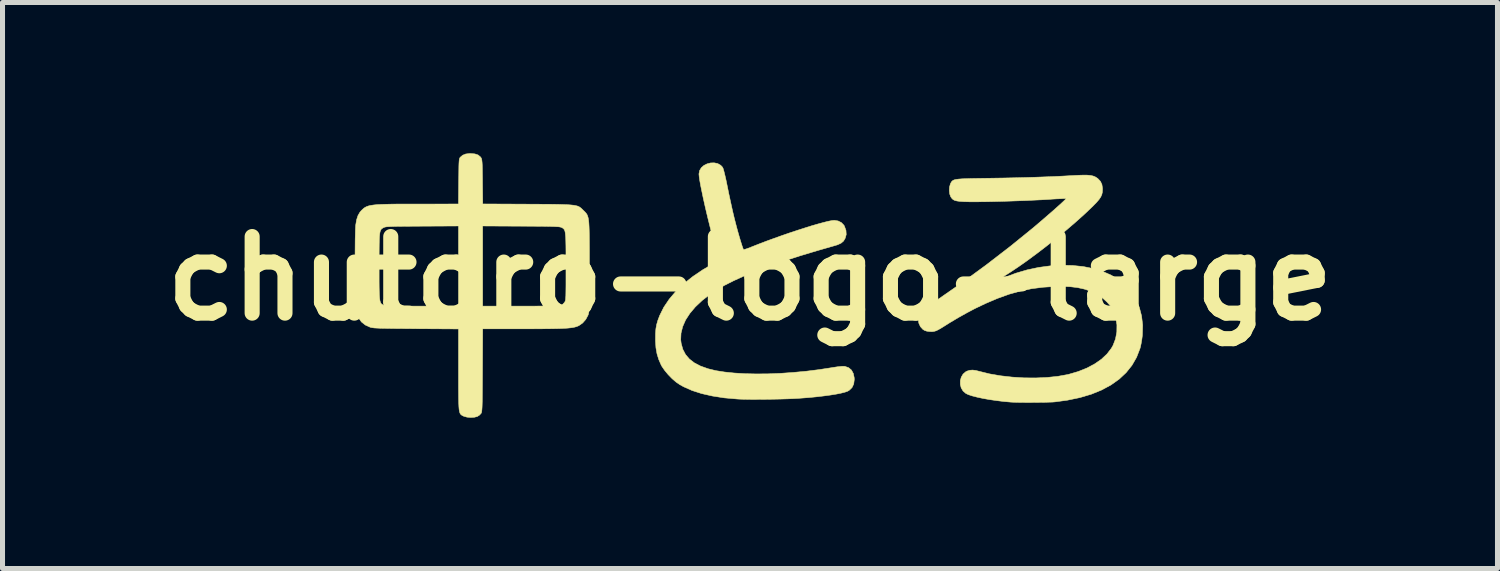
<source format=kicad_pcb>
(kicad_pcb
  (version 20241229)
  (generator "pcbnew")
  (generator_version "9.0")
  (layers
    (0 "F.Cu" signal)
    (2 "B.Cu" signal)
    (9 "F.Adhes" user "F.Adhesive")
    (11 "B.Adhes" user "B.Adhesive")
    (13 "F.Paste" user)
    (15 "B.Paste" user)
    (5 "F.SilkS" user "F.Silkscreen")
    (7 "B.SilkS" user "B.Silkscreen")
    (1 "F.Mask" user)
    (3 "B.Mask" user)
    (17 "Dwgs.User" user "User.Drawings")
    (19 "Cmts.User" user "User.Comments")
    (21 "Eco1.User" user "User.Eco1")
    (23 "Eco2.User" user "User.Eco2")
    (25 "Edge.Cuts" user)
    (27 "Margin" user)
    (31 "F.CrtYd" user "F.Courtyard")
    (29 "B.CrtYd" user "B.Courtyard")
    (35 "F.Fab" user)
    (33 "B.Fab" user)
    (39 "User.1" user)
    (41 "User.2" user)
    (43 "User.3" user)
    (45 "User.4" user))
  (footprint "chutoro-logo-large"
    (layer "F.Cu")
    (at 11.873 2.491)
    (property "Reference" "chutoro-logo-large" (at 0 0 0) (layer "F.SilkS") (effects (font (size 1.524 1.524) (thickness 0.3))))
    (attr through_hole)
    (fp_poly (pts (xy -0.644 -2.287) (xy -0.584 -2.253) (xy -0.548 -2.215) (xy -0.535 -2.188) (xy -0.519 -2.133) (xy -0.499 -2.052) (xy -0.475 -1.946) (xy -0.448 -1.814) (xy -0.445 -1.799) (xy -0.421 -1.681) (xy -0.394 -1.556) (xy -0.367 -1.432) (xy -0.341 -1.316) (xy -0.317 -1.216) (xy -0.304 -1.164) (xy -0.279 -1.067) (xy -0.253 -0.969) (xy -0.226 -0.873) (xy -0.2 -0.784) (xy -0.176 -0.706) (xy -0.156 -0.643) (xy -0.14 -0.598) (xy -0.13 -0.577) (xy -0.129 -0.576) (xy -0.113 -0.577) (xy -0.077 -0.588) (xy -0.025 -0.606) (xy 0.035 -0.63) (xy 0.177 -0.686) (xy 0.326 -0.743) (xy 0.48 -0.799) (xy 0.637 -0.855) (xy 0.793 -0.909) (xy 0.945 -0.959) (xy 1.091 -1.006) (xy 1.228 -1.049) (xy 1.353 -1.085) (xy 1.463 -1.115) (xy 1.555 -1.138) (xy 1.627 -1.152) (xy 1.675 -1.157) (xy 1.752 -1.145) (xy 1.818 -1.112) (xy 1.867 -1.061) (xy 1.877 -1.044) (xy 1.909 -0.957) (xy 1.914 -0.874) (xy 1.893 -0.8) (xy 1.86 -0.744) (xy 1.811 -0.703) (xy 1.742 -0.671) (xy 1.7 -0.658) (xy 1.334 -0.553) (xy 0.992 -0.45) (xy 0.676 -0.348) (xy 0.385 -0.247) (xy 0.12 -0.147) (xy -0.118 -0.05) (xy -0.329 0.046) (xy -0.513 0.139) (xy -0.619 0.2) (xy -0.798 0.317) (xy -0.955 0.439) (xy -1.088 0.565) (xy -1.197 0.694) (xy -1.282 0.825) (xy -1.34 0.957) (xy -1.373 1.088) (xy -1.379 1.218) (xy -1.37 1.291) (xy -1.337 1.41) (xy -1.283 1.513) (xy -1.207 1.602) (xy -1.109 1.678) (xy -0.986 1.742) (xy -0.838 1.795) (xy -0.827 1.798) (xy -0.679 1.834) (xy -0.507 1.861) (xy -0.314 1.881) (xy -0.103 1.894) (xy 0.124 1.899) (xy 0.362 1.897) (xy 0.61 1.887) (xy 0.863 1.869) (xy 1.12 1.845) (xy 1.376 1.813) (xy 1.63 1.774) (xy 1.638 1.772) (xy 1.746 1.756) (xy 1.826 1.748) (xy 1.88 1.748) (xy 1.888 1.749) (xy 1.962 1.775) (xy 2.018 1.822) (xy 2.055 1.89) (xy 2.073 1.976) (xy 2.074 2.013) (xy 2.063 2.099) (xy 2.029 2.171) (xy 1.974 2.224) (xy 1.944 2.242) (xy 1.891 2.261) (xy 1.813 2.281) (xy 1.713 2.301) (xy 1.595 2.32) (xy 1.46 2.338) (xy 1.314 2.355) (xy 1.159 2.37) (xy 0.997 2.382) (xy 0.974 2.384) (xy 0.868 2.39) (xy 0.745 2.395) (xy 0.609 2.399) (xy 0.467 2.402) (xy 0.322 2.404) (xy 0.181 2.405) (xy 0.048 2.406) (xy -0.073 2.404) (xy -0.175 2.402) (xy -0.253 2.398) (xy -0.514 2.375) (xy -0.75 2.338) (xy -0.962 2.29) (xy -1.152 2.229) (xy -1.321 2.154) (xy -1.394 2.114) (xy -1.47 2.062) (xy -1.55 1.993) (xy -1.628 1.913) (xy -1.697 1.83) (xy -1.751 1.752) (xy -1.768 1.722) (xy -1.817 1.609) (xy -1.851 1.498) (xy -1.872 1.379) (xy -1.881 1.243) (xy -1.881 1.206) (xy -1.88 1.095) (xy -1.873 1.001) (xy -1.858 0.917) (xy -1.834 0.834) (xy -1.799 0.741) (xy -1.796 0.734) (xy -1.715 0.571) (xy -1.607 0.411) (xy -1.474 0.254) (xy -1.317 0.104) (xy -1.137 -0.04) (xy -0.936 -0.176) (xy -0.741 -0.289) (xy -0.688 -0.318) (xy -0.645 -0.341) (xy -0.618 -0.355) (xy -0.611 -0.359) (xy -0.614 -0.372) (xy -0.624 -0.407) (xy -0.638 -0.459) (xy -0.657 -0.521) (xy -0.658 -0.522) (xy -0.691 -0.637) (xy -0.727 -0.764) (xy -0.763 -0.901) (xy -0.8 -1.044) (xy -0.836 -1.19) (xy -0.871 -1.336) (xy -0.904 -1.479) (xy -0.934 -1.615) (xy -0.96 -1.74) (xy -0.983 -1.853) (xy -1 -1.948) (xy -1.011 -2.023) (xy -1.016 -2.075) (xy -1.016 -2.082) (xy -1.003 -2.148) (xy -0.969 -2.204) (xy -0.918 -2.249) (xy -0.854 -2.281) (xy -0.784 -2.299) (xy -0.713 -2.301) (xy -0.644 -2.287)) (stroke (width 0.01) (type solid)) (fill yes) (layer "F.SilkS"))
    (fp_poly (pts (xy 6.714 -2.056) (xy 6.775 -2.05) (xy 6.823 -2.04) (xy 6.863 -2.025) (xy 6.898 -2.004) (xy 6.921 -1.987) (xy 6.971 -1.934) (xy 7.001 -1.872) (xy 7.013 -1.794) (xy 7.013 -1.769) (xy 7.01 -1.716) (xy 6.999 -1.669) (xy 6.978 -1.622) (xy 6.944 -1.572) (xy 6.895 -1.515) (xy 6.827 -1.445) (xy 6.79 -1.409) (xy 6.638 -1.265) (xy 6.469 -1.114) (xy 6.288 -0.959) (xy 6.099 -0.804) (xy 5.906 -0.65) (xy 5.713 -0.502) (xy 5.525 -0.363) (xy 5.345 -0.236) (xy 5.177 -0.124) (xy 5.073 -0.058) (xy 5.019 -0.024) (xy 4.976 0.003) (xy 4.949 0.021) (xy 4.941 0.028) (xy 4.958 0.023) (xy 4.993 0.009) (xy 5.042 -0.011) (xy 5.063 -0.02) (xy 5.285 -0.104) (xy 5.512 -0.171) (xy 5.742 -0.22) (xy 5.971 -0.251) (xy 6.198 -0.264) (xy 6.418 -0.259) (xy 6.631 -0.237) (xy 6.832 -0.197) (xy 7.018 -0.14) (xy 7.188 -0.065) (xy 7.331 0.021) (xy 7.467 0.135) (xy 7.582 0.265) (xy 7.675 0.412) (xy 7.745 0.572) (xy 7.79 0.744) (xy 7.812 0.926) (xy 7.807 1.117) (xy 7.805 1.141) (xy 7.795 1.217) (xy 7.782 1.294) (xy 7.768 1.361) (xy 7.759 1.393) (xy 7.691 1.568) (xy 7.599 1.728) (xy 7.483 1.873) (xy 7.344 2.003) (xy 7.182 2.118) (xy 6.997 2.218) (xy 6.791 2.302) (xy 6.562 2.37) (xy 6.312 2.422) (xy 6.068 2.455) (xy 6.018 2.459) (xy 5.946 2.461) (xy 5.856 2.464) (xy 5.754 2.465) (xy 5.646 2.466) (xy 5.536 2.467) (xy 5.432 2.466) (xy 5.336 2.465) (xy 5.256 2.463) (xy 5.197 2.46) (xy 5.193 2.46) (xy 5.046 2.447) (xy 4.902 2.429) (xy 4.763 2.409) (xy 4.634 2.386) (xy 4.518 2.361) (xy 4.42 2.336) (xy 4.342 2.31) (xy 4.293 2.286) (xy 4.238 2.238) (xy 4.201 2.175) (xy 4.184 2.105) (xy 4.184 2.032) (xy 4.203 1.963) (xy 4.239 1.902) (xy 4.292 1.856) (xy 4.32 1.842) (xy 4.374 1.826) (xy 4.429 1.822) (xy 4.493 1.83) (xy 4.563 1.848) (xy 4.766 1.898) (xy 4.986 1.936) (xy 5.216 1.962) (xy 5.45 1.977) (xy 5.683 1.979) (xy 5.909 1.969) (xy 6.123 1.947) (xy 6.317 1.912) (xy 6.343 1.906) (xy 6.531 1.851) (xy 6.703 1.782) (xy 6.857 1.7) (xy 6.991 1.607) (xy 7.102 1.503) (xy 7.189 1.39) (xy 7.222 1.333) (xy 7.272 1.203) (xy 7.298 1.065) (xy 7.3 0.922) (xy 7.276 0.78) (xy 7.229 0.644) (xy 7.215 0.615) (xy 7.167 0.541) (xy 7.099 0.465) (xy 7.018 0.392) (xy 6.93 0.33) (xy 6.879 0.301) (xy 6.764 0.248) (xy 6.645 0.209) (xy 6.517 0.181) (xy 6.376 0.164) (xy 6.217 0.157) (xy 6.062 0.159) (xy 5.828 0.174) (xy 5.602 0.203) (xy 5.379 0.25) (xy 5.154 0.313) (xy 4.924 0.396) (xy 4.684 0.498) (xy 4.473 0.599) (xy 4.314 0.683) (xy 4.146 0.777) (xy 3.983 0.874) (xy 3.886 0.935) (xy 3.809 0.983) (xy 3.75 1.017) (xy 3.704 1.04) (xy 3.663 1.052) (xy 3.624 1.057) (xy 3.581 1.056) (xy 3.576 1.056) (xy 3.516 1.048) (xy 3.472 1.033) (xy 3.439 1.012) (xy 3.39 0.958) (xy 3.359 0.89) (xy 3.347 0.815) (xy 3.356 0.742) (xy 3.386 0.679) (xy 3.406 0.659) (xy 3.446 0.626) (xy 3.502 0.583) (xy 3.571 0.534) (xy 3.648 0.479) (xy 3.694 0.448) (xy 4.196 0.099) (xy 4.696 -0.267) (xy 5.185 -0.644) (xy 5.615 -0.993) (xy 5.694 -1.059) (xy 5.777 -1.13) (xy 5.862 -1.203) (xy 5.946 -1.276) (xy 6.027 -1.346) (xy 6.101 -1.412) (xy 6.167 -1.471) (xy 6.221 -1.521) (xy 6.261 -1.559) (xy 6.284 -1.583) (xy 6.289 -1.59) (xy 6.274 -1.591) (xy 6.234 -1.59) (xy 6.174 -1.587) (xy 6.098 -1.584) (xy 6.01 -1.579) (xy 5.946 -1.574) (xy 5.81 -1.566) (xy 5.657 -1.559) (xy 5.493 -1.551) (xy 5.323 -1.545) (xy 5.15 -1.539) (xy 4.979 -1.534) (xy 4.815 -1.53) (xy 4.663 -1.527) (xy 4.528 -1.526) (xy 4.413 -1.526) (xy 4.36 -1.526) (xy 4.257 -1.529) (xy 4.177 -1.534) (xy 4.118 -1.542) (xy 4.074 -1.553) (xy 4.041 -1.57) (xy 4.016 -1.594) (xy 3.994 -1.625) (xy 3.993 -1.627) (xy 3.973 -1.681) (xy 3.965 -1.748) (xy 3.969 -1.819) (xy 3.986 -1.88) (xy 3.991 -1.891) (xy 4.002 -1.912) (xy 4.013 -1.929) (xy 4.027 -1.943) (xy 4.046 -1.955) (xy 4.072 -1.965) (xy 4.107 -1.972) (xy 4.155 -1.978) (xy 4.218 -1.983) (xy 4.297 -1.986) (xy 4.395 -1.989) (xy 4.515 -1.991) (xy 4.659 -1.993) (xy 4.786 -1.995) (xy 5.041 -1.999) (xy 5.272 -2.004) (xy 5.485 -2.009) (xy 5.683 -2.015) (xy 5.872 -2.022) (xy 6.057 -2.029) (xy 6.241 -2.038) (xy 6.417 -2.048) (xy 6.539 -2.054) (xy 6.636 -2.057) (xy 6.714 -2.056)) (stroke (width 0.01) (type solid)) (fill yes) (layer "F.SilkS"))
    (fp_poly (pts (xy -5.475 -2.479) (xy -5.41 -2.457) (xy -5.364 -2.419) (xy -5.352 -2.403) (xy -5.345 -2.39) (xy -5.339 -2.372) (xy -5.335 -2.346) (xy -5.331 -2.309) (xy -5.328 -2.259) (xy -5.326 -2.19) (xy -5.325 -2.102) (xy -5.323 -1.99) (xy -5.323 -1.924) (xy -5.318 -1.483) (xy -4.427 -1.479) (xy -4.236 -1.478) (xy -4.071 -1.477) (xy -3.93 -1.476) (xy -3.811 -1.474) (xy -3.711 -1.471) (xy -3.629 -1.468) (xy -3.562 -1.463) (xy -3.508 -1.457) (xy -3.464 -1.449) (xy -3.43 -1.44) (xy -3.402 -1.428) (xy -3.379 -1.413) (xy -3.358 -1.396) (xy -3.337 -1.376) (xy -3.315 -1.354) (xy -3.292 -1.332) (xy -3.272 -1.311) (xy -3.255 -1.29) (xy -3.241 -1.267) (xy -3.23 -1.239) (xy -3.22 -1.205) (xy -3.213 -1.162) (xy -3.207 -1.108) (xy -3.203 -1.04) (xy -3.2 -0.958) (xy -3.198 -0.858) (xy -3.197 -0.738) (xy -3.196 -0.597) (xy -3.196 -0.432) (xy -3.196 -0.241) (xy -3.196 -0.24) (xy -3.196 -0.058) (xy -3.196 0.097) (xy -3.197 0.229) (xy -3.197 0.339) (xy -3.198 0.43) (xy -3.199 0.504) (xy -3.201 0.563) (xy -3.203 0.609) (xy -3.206 0.645) (xy -3.209 0.673) (xy -3.213 0.694) (xy -3.217 0.712) (xy -3.223 0.729) (xy -3.224 0.732) (xy -3.268 0.814) (xy -3.33 0.885) (xy -3.404 0.937) (xy -3.423 0.946) (xy -3.452 0.957) (xy -3.486 0.967) (xy -3.526 0.975) (xy -3.575 0.982) (xy -3.634 0.988) (xy -3.707 0.992) (xy -3.794 0.996) (xy -3.899 0.998) (xy -4.024 1) (xy -4.17 1.001) (xy -4.34 1.002) (xy -4.518 1.002) (xy -5.319 1.002) (xy -5.323 1.824) (xy -5.324 1.998) (xy -5.325 2.146) (xy -5.326 2.27) (xy -5.327 2.372) (xy -5.328 2.455) (xy -5.33 2.521) (xy -5.332 2.572) (xy -5.335 2.611) (xy -5.338 2.639) (xy -5.341 2.659) (xy -5.346 2.673) (xy -5.351 2.684) (xy -5.353 2.686) (xy -5.384 2.719) (xy -5.425 2.745) (xy -5.426 2.746) (xy -5.486 2.761) (xy -5.559 2.765) (xy -5.631 2.759) (xy -5.692 2.742) (xy -5.704 2.737) (xy -5.724 2.727) (xy -5.74 2.717) (xy -5.754 2.705) (xy -5.766 2.69) (xy -5.775 2.668) (xy -5.783 2.638) (xy -5.789 2.597) (xy -5.793 2.544) (xy -5.796 2.476) (xy -5.798 2.39) (xy -5.799 2.286) (xy -5.8 2.16) (xy -5.8 2.01) (xy -5.8 1.835) (xy -5.8 1.004) (xy -6.643 0.999) (xy -6.821 0.997) (xy -6.973 0.996) (xy -7.101 0.995) (xy -7.208 0.993) (xy -7.295 0.992) (xy -7.366 0.99) (xy -7.422 0.987) (xy -7.466 0.985) (xy -7.5 0.981) (xy -7.526 0.977) (xy -7.546 0.973) (xy -7.559 0.969) (xy -7.656 0.925) (xy -7.732 0.864) (xy -7.788 0.784) (xy -7.827 0.683) (xy -7.846 0.578) (xy -7.849 0.535) (xy -7.852 0.467) (xy -7.854 0.378) (xy -7.856 0.271) (xy -7.858 0.151) (xy -7.859 0.02) (xy -7.859 -0.117) (xy -7.859 -0.24) (xy -7.38 -0.24) (xy -7.38 -0.078) (xy -7.38 0.059) (xy -7.379 0.172) (xy -7.377 0.264) (xy -7.374 0.337) (xy -7.37 0.394) (xy -7.364 0.437) (xy -7.356 0.468) (xy -7.346 0.49) (xy -7.333 0.506) (xy -7.318 0.517) (xy -7.299 0.526) (xy -7.292 0.529) (xy -7.277 0.534) (xy -7.254 0.538) (xy -7.22 0.541) (xy -7.174 0.544) (xy -7.112 0.546) (xy -7.033 0.547) (xy -6.934 0.548) (xy -6.814 0.549) (xy -6.669 0.55) (xy -6.523 0.55) (xy -5.8 0.55) (xy -5.32 0.55) (xy -4.554 0.55) (xy -4.376 0.55) (xy -4.224 0.549) (xy -4.097 0.548) (xy -3.993 0.547) (xy -3.91 0.545) (xy -3.847 0.543) (xy -3.801 0.54) (xy -3.771 0.537) (xy -3.755 0.533) (xy -3.755 0.532) (xy -3.722 0.509) (xy -3.692 0.476) (xy -3.691 0.475) (xy -3.685 0.465) (xy -3.679 0.454) (xy -3.674 0.439) (xy -3.67 0.418) (xy -3.668 0.387) (xy -3.665 0.345) (xy -3.664 0.29) (xy -3.663 0.217) (xy -3.662 0.126) (xy -3.662 0.014) (xy -3.662 -0.123) (xy -3.662 -0.23) (xy -3.662 -0.393) (xy -3.662 -0.531) (xy -3.663 -0.644) (xy -3.665 -0.737) (xy -3.667 -0.811) (xy -3.672 -0.869) (xy -3.677 -0.913) (xy -3.684 -0.945) (xy -3.694 -0.969) (xy -3.706 -0.986) (xy -3.72 -0.998) (xy -3.737 -1.009) (xy -3.745 -1.013) (xy -3.757 -1.018) (xy -3.773 -1.023) (xy -3.795 -1.027) (xy -3.826 -1.03) (xy -3.869 -1.032) (xy -3.925 -1.035) (xy -3.996 -1.036) (xy -4.086 -1.038) (xy -4.196 -1.039) (xy -4.329 -1.04) (xy -4.487 -1.041) (xy -4.554 -1.041) (xy -5.32 -1.045) (xy -5.32 0.55) (xy -5.8 0.55) (xy -5.8 -1.045) (xy -6.523 -1.041) (xy -6.685 -1.04) (xy -6.822 -1.039) (xy -6.935 -1.038) (xy -7.027 -1.037) (xy -7.101 -1.035) (xy -7.158 -1.033) (xy -7.202 -1.031) (xy -7.235 -1.028) (xy -7.258 -1.024) (xy -7.276 -1.019) (xy -7.289 -1.014) (xy -7.293 -1.012) (xy -7.312 -1) (xy -7.329 -0.989) (xy -7.342 -0.974) (xy -7.353 -0.953) (xy -7.362 -0.924) (xy -7.368 -0.885) (xy -7.373 -0.833) (xy -7.376 -0.766) (xy -7.378 -0.68) (xy -7.379 -0.575) (xy -7.38 -0.447) (xy -7.38 -0.294) (xy -7.38 -0.24) (xy -7.859 -0.24) (xy -7.859 -0.258) (xy -7.859 -0.398) (xy -7.858 -0.534) (xy -7.857 -0.663) (xy -7.856 -0.781) (xy -7.853 -0.883) (xy -7.851 -0.968) (xy -7.848 -1.03) (xy -7.846 -1.061) (xy -7.828 -1.168) (xy -7.8 -1.253) (xy -7.761 -1.32) (xy -7.733 -1.352) (xy -7.707 -1.377) (xy -7.682 -1.399) (xy -7.655 -1.417) (xy -7.624 -1.432) (xy -7.586 -1.445) (xy -7.54 -1.455) (xy -7.484 -1.463) (xy -7.415 -1.47) (xy -7.33 -1.474) (xy -7.229 -1.477) (xy -7.108 -1.48) (xy -6.965 -1.481) (xy -6.799 -1.481) (xy -6.608 -1.481) (xy -5.801 -1.482) (xy -5.797 -1.932) (xy -5.795 -2.057) (xy -5.794 -2.156) (xy -5.793 -2.234) (xy -5.791 -2.293) (xy -5.788 -2.336) (xy -5.785 -2.366) (xy -5.78 -2.386) (xy -5.774 -2.4) (xy -5.767 -2.411) (xy -5.764 -2.413) (xy -5.717 -2.453) (xy -5.658 -2.477) (xy -5.582 -2.486) (xy -5.56 -2.486) (xy -5.475 -2.479)) (stroke (width 0.01) (type solid)) (fill yes) (layer "F.SilkS")))
  (gr_rect
    (start -3 -3)
    (end 26.745 8.261)
    (stroke (width 0.1) (type default))
    (fill no)
    (layer "Edge.Cuts")))
</source>
